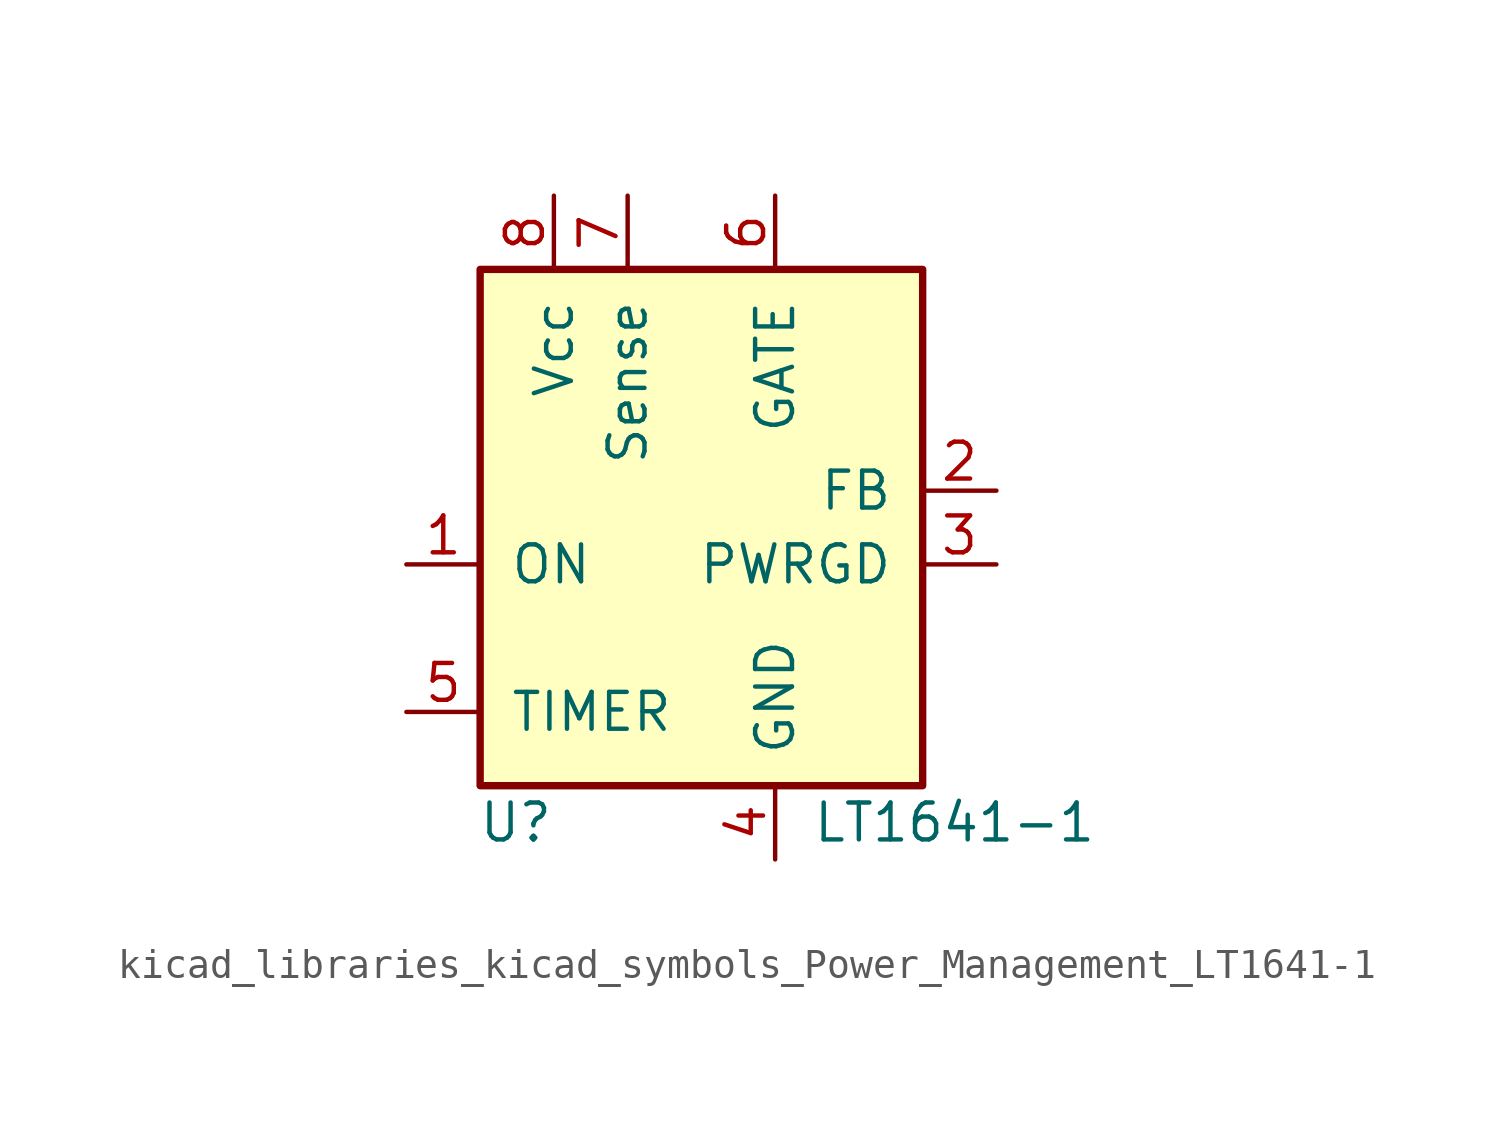
<source format=kicad_sym>
(kicad_symbol_lib
  (version 20220914)
  (generator kicad_symbol_editor)
  (symbol "kicad_libraries_kicad_symbols_Power_Management_LT1641-1"
    (pin_names
      (offset 1.016))
    (property "Reference" "U"
      (at -5.08 -11.43 0)
      (effects (font (size 1.27 1.27)) (justify right)))
    (property "Value" "LT1641-1"
      (at 3.81 -11.43 0)
      (effects (font (size 1.27 1.27)) (justify left)))
    (symbol "kicad_libraries_kicad_symbols_Power_Management_LT1641-1_0_1"
      (rectangle (start 7.62 7.62) (end -7.62 -10.16) (stroke (width 0.254) (type default)) (fill (type background))))
    (symbol "kicad_libraries_kicad_symbols_Power_Management_LT1641-1_1_0"
      (pin power_in line (at 2.54 -12.7 90) (length 2.54) (name "GND" (effects (font (size 1.27 1.27)))) (number "4" (effects (font (size 1.27 1.27))))))
    (symbol "kicad_libraries_kicad_symbols_Power_Management_LT1641-1_1_1"
      (pin input line (at -10.16 -2.54 0) (length 2.54) (name "ON" (effects (font (size 1.27 1.27)))) (number "1" (effects (font (size 1.27 1.27)))))
      (pin input line (at 10.16 0 180) (length 2.54) (name "FB" (effects (font (size 1.27 1.27)))) (number "2" (effects (font (size 1.27 1.27)))))
      (pin open_collector line (at 10.16 -2.54 180) (length 2.54) (name "PWRGD" (effects (font (size 1.27 1.27)))) (number "3" (effects (font (size 1.27 1.27)))))
      (pin input line (at -10.16 -7.62 0) (length 2.54) (name "TIMER" (effects (font (size 1.27 1.27)))) (number "5" (effects (font (size 1.27 1.27)))))
      (pin output line (at 2.54 10.16 270) (length 2.54) (name "GATE" (effects (font (size 1.27 1.27)))) (number "6" (effects (font (size 1.27 1.27)))))
      (pin input line (at -2.54 10.16 270) (length 2.54) (name "Sense" (effects (font (size 1.27 1.27)))) (number "7" (effects (font (size 1.27 1.27)))))
      (pin power_in line (at -5.08 10.16 270) (length 2.54) (name "Vcc" (effects (font (size 1.27 1.27)))) (number "8" (effects (font (size 1.27 1.27))))))))
</source>
